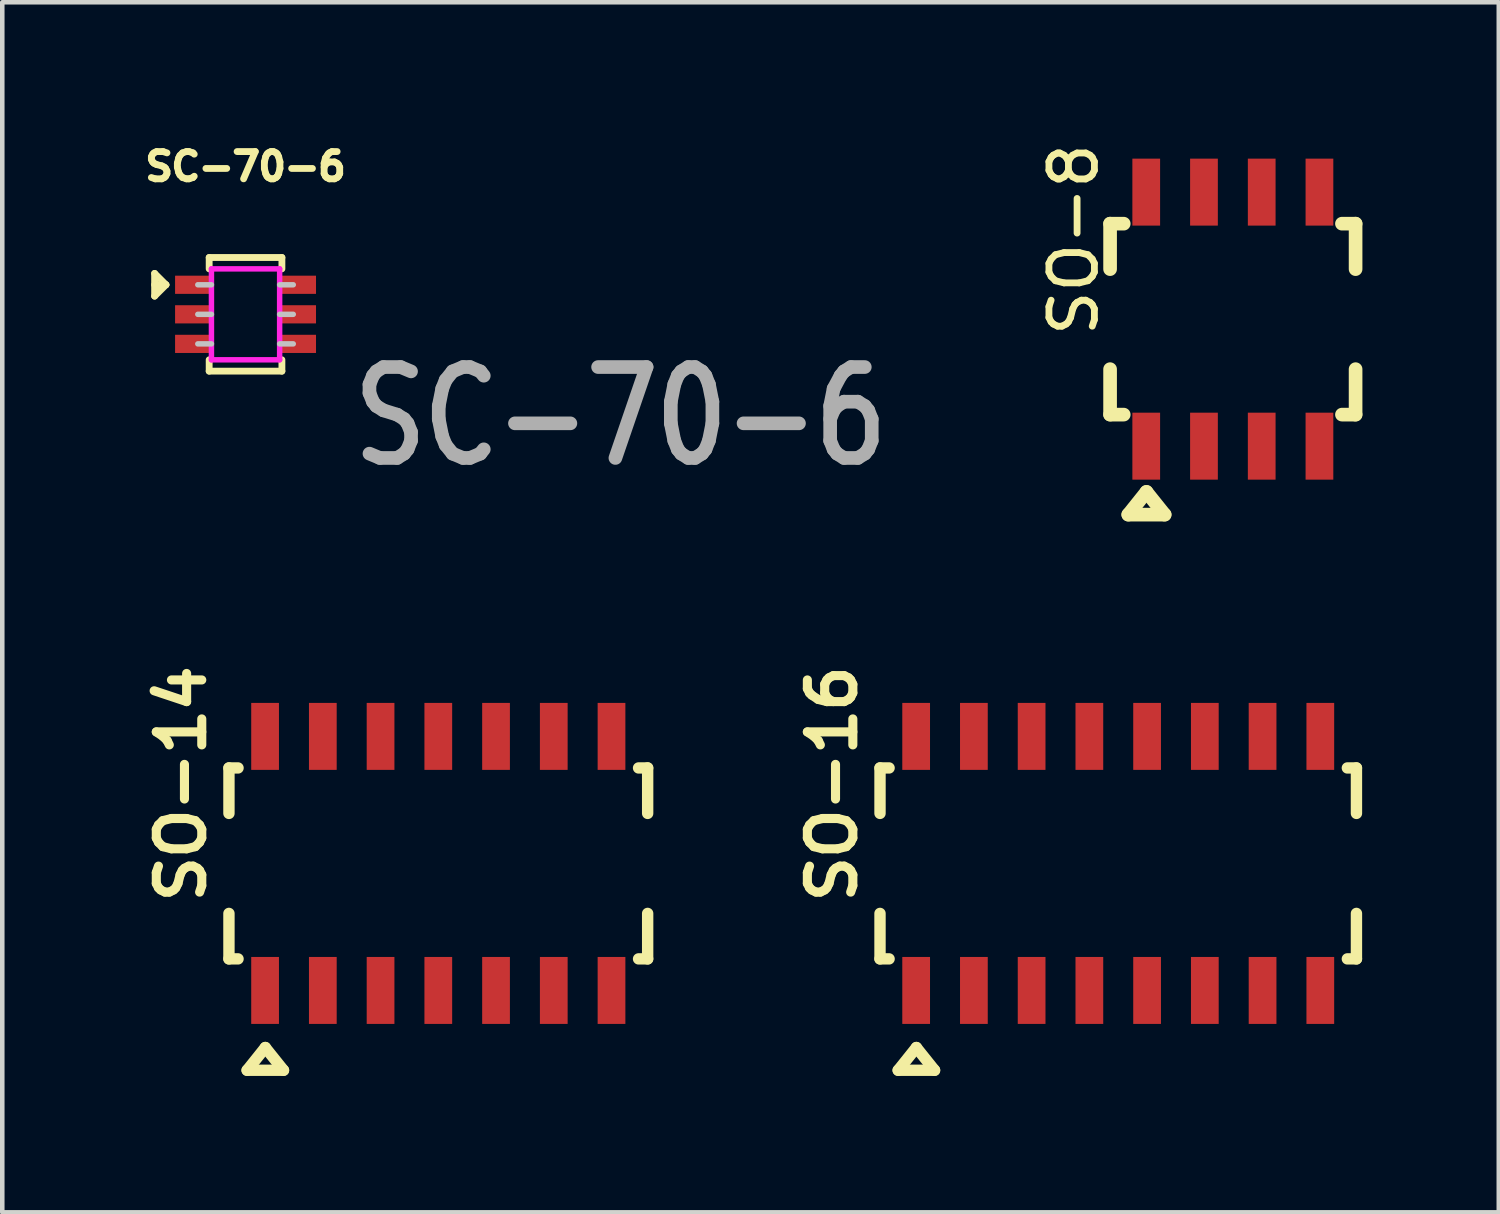
<source format=kicad_pcb>
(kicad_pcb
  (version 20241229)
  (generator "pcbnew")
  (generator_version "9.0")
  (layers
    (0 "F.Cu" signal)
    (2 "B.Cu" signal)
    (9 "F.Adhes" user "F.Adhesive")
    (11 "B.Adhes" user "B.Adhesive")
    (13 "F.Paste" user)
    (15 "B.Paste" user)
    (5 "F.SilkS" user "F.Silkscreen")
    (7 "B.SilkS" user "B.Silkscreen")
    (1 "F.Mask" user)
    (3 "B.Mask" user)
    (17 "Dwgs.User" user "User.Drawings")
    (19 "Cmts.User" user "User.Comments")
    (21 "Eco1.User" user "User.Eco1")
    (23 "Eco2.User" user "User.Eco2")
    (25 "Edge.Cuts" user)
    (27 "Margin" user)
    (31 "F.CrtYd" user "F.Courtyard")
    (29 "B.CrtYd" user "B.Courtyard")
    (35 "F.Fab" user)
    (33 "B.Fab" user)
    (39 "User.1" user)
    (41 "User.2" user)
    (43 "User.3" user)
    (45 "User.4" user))
  (footprint "SO-16"
    (layer "F.Cu")
    (at 19.007 15.942)
    (property "Reference" "SO-16" (at -3.75 -1.75 90) (layer "F.SilkS") (effects (font (size 1 1) (thickness 0.2))))
    (attr through_hole)
    (fp_line (start -2.7 -2.1) (end -2.7 -1.1) (stroke (width 0.25) (type solid)) (layer "F.SilkS"))
    (fp_line (start -2.7 2.1) (end -2.7 1.1) (stroke (width 0.25) (type solid)) (layer "F.SilkS"))
    (fp_line (start -2.5 -2.1) (end -2.7 -2.1) (stroke (width 0.25) (type solid)) (layer "F.SilkS"))
    (fp_line (start -2.5 2.1) (end -2.7 2.1) (stroke (width 0.25) (type solid)) (layer "F.SilkS"))
    (fp_line (start -1.9 4.05) (end -2.3 4.55) (stroke (width 0.25) (type solid)) (layer "F.SilkS"))
    (fp_line (start -1.9 4.05) (end -1.5 4.55) (stroke (width 0.25) (type solid)) (layer "F.SilkS"))
    (fp_line (start -1.5 4.55) (end -2.3 4.55) (stroke (width 0.25) (type solid)) (layer "F.SilkS"))
    (fp_line (start 7.58 -2.1) (end 7.78 -2.1) (stroke (width 0.25) (type solid)) (layer "F.SilkS"))
    (fp_line (start 7.58 2.1) (end 7.78 2.1) (stroke (width 0.25) (type solid)) (layer "F.SilkS"))
    (fp_line (start 7.78 -2.1) (end 7.78 -1.1) (stroke (width 0.25) (type solid)) (layer "F.SilkS"))
    (fp_line (start 7.78 2.1) (end 7.78 1.1) (stroke (width 0.25) (type solid)) (layer "F.SilkS"))
    (pad "1" smd rect (at -1.905 2.794) (size 0.61 1.473) (layers "F.Cu" "F.Mask" "F.Paste"))
    (pad "2" smd rect (at -0.635 2.794) (size 0.61 1.473) (layers "F.Cu" "F.Mask" "F.Paste"))
    (pad "3" smd rect (at 0.635 2.794) (size 0.61 1.473) (layers "F.Cu" "F.Mask" "F.Paste"))
    (pad "4" smd rect (at 1.905 2.794) (size 0.61 1.473) (layers "F.Cu" "F.Mask" "F.Paste"))
    (pad "5" smd rect (at 3.175 2.794) (size 0.61 1.473) (layers "F.Cu" "F.Mask" "F.Paste"))
    (pad "6" smd rect (at 4.445 2.794) (size 0.61 1.473) (layers "F.Cu" "F.Mask" "F.Paste"))
    (pad "7" smd rect (at 5.715 2.794) (size 0.61 1.473) (layers "F.Cu" "F.Mask" "F.Paste"))
    (pad "8" smd rect (at 6.985 2.794) (size 0.61 1.473) (layers "F.Cu" "F.Mask" "F.Paste"))
    (pad "9" smd rect (at 6.985 -2.794) (size 0.61 1.473) (layers "F.Cu" "F.Mask" "F.Paste"))
    (pad "10" smd rect (at 5.715 -2.794) (size 0.61 1.473) (layers "F.Cu" "F.Mask" "F.Paste"))
    (pad "11" smd rect (at 4.445 -2.794) (size 0.61 1.473) (layers "F.Cu" "F.Mask" "F.Paste"))
    (pad "12" smd rect (at 3.175 -2.794) (size 0.61 1.473) (layers "F.Cu" "F.Mask" "F.Paste"))
    (pad "13" smd rect (at 1.905 -2.794) (size 0.61 1.473) (layers "F.Cu" "F.Mask" "F.Paste"))
    (pad "14" smd rect (at 0.635 -2.794) (size 0.61 1.473) (layers "F.Cu" "F.Mask" "F.Paste"))
    (pad "15" smd rect (at -0.635 -2.794) (size 0.61 1.473) (layers "F.Cu" "F.Mask" "F.Paste"))
    (pad "16" smd rect (at -1.905 -2.794) (size 0.61 1.473) (layers "F.Cu" "F.Mask" "F.Paste")))
  (footprint "SO-8"
    (layer "F.Cu")
    (at 24.068 3.97)
    (property "Reference" "SO-8" (at -3.5 -1.75 90) (layer "F.SilkS") (effects (font (size 1 1) (thickness 0.15))))
    (attr through_hole)
    (fp_line (start -2.7 -2.1) (end -2.7 -1.1) (stroke (width 0.3) (type solid)) (layer "F.SilkS"))
    (fp_line (start -2.7 2.1) (end -2.7 1.1) (stroke (width 0.3) (type solid)) (layer "F.SilkS"))
    (fp_line (start -2.4 -2.1) (end -2.7 -2.1) (stroke (width 0.3) (type solid)) (layer "F.SilkS"))
    (fp_line (start -2.4 2.1) (end -2.7 2.1) (stroke (width 0.3) (type solid)) (layer "F.SilkS"))
    (fp_line (start -1.9 3.8) (end -2.3 4.3) (stroke (width 0.3) (type solid)) (layer "F.SilkS"))
    (fp_line (start -1.9 3.8) (end -1.5 4.3) (stroke (width 0.3) (type solid)) (layer "F.SilkS"))
    (fp_line (start -1.5 4.3) (end -2.3 4.3) (stroke (width 0.3) (type solid)) (layer "F.SilkS"))
    (fp_line (start 2.4 -2.1) (end 2.7 -2.1) (stroke (width 0.3) (type solid)) (layer "F.SilkS"))
    (fp_line (start 2.4 2.1) (end 2.7 2.1) (stroke (width 0.3) (type solid)) (layer "F.SilkS"))
    (fp_line (start 2.7 -2.1) (end 2.7 -1.1) (stroke (width 0.3) (type solid)) (layer "F.SilkS"))
    (fp_line (start 2.7 2.1) (end 2.7 1.1) (stroke (width 0.3) (type solid)) (layer "F.SilkS"))
    (pad "1" smd rect (at -1.905 2.794) (size 0.61 1.473) (layers "F.Cu" "F.Mask" "F.Paste"))
    (pad "2" smd rect (at -0.635 2.794) (size 0.61 1.473) (layers "F.Cu" "F.Mask" "F.Paste"))
    (pad "3" smd rect (at 0.635 2.794) (size 0.61 1.473) (layers "F.Cu" "F.Mask" "F.Paste"))
    (pad "4" smd rect (at 1.905 2.794) (size 0.61 1.473) (layers "F.Cu" "F.Mask" "F.Paste"))
    (pad "5" smd rect (at 1.905 -2.794) (size 0.61 1.473) (layers "F.Cu" "F.Mask" "F.Paste"))
    (pad "6" smd rect (at 0.635 -2.794) (size 0.61 1.473) (layers "F.Cu" "F.Mask" "F.Paste"))
    (pad "7" smd rect (at -0.635 -2.794) (size 0.61 1.473) (layers "F.Cu" "F.Mask" "F.Paste"))
    (pad "8" smd rect (at -1.905 -2.794) (size 0.61 1.473) (layers "F.Cu" "F.Mask" "F.Paste")))
  (footprint "SO-14"
    (layer "F.Cu")
    (at 4.686 15.942)
    (property "Reference" "SO-14" (at -3.75 -1.75 90) (layer "F.SilkS") (effects (font (size 1 1) (thickness 0.2))))
    (attr through_hole)
    (fp_line (start -2.7 -2.1) (end -2.7 -1.1) (stroke (width 0.25) (type solid)) (layer "F.SilkS"))
    (fp_line (start -2.7 2.1) (end -2.7 1.1) (stroke (width 0.25) (type solid)) (layer "F.SilkS"))
    (fp_line (start -2.5 -2.1) (end -2.7 -2.1) (stroke (width 0.25) (type solid)) (layer "F.SilkS"))
    (fp_line (start -2.5 2.1) (end -2.7 2.1) (stroke (width 0.25) (type solid)) (layer "F.SilkS"))
    (fp_line (start -1.9 4.05) (end -2.3 4.55) (stroke (width 0.25) (type solid)) (layer "F.SilkS"))
    (fp_line (start -1.9 4.05) (end -1.5 4.55) (stroke (width 0.25) (type solid)) (layer "F.SilkS"))
    (fp_line (start -1.5 4.55) (end -2.3 4.55) (stroke (width 0.25) (type solid)) (layer "F.SilkS"))
    (fp_line (start 6.31 -2.1) (end 6.51 -2.1) (stroke (width 0.25) (type solid)) (layer "F.SilkS"))
    (fp_line (start 6.31 2.1) (end 6.51 2.1) (stroke (width 0.25) (type solid)) (layer "F.SilkS"))
    (fp_line (start 6.51 -2.1) (end 6.51 -1.1) (stroke (width 0.25) (type solid)) (layer "F.SilkS"))
    (fp_line (start 6.51 2.1) (end 6.51 1.1) (stroke (width 0.25) (type solid)) (layer "F.SilkS"))
    (pad "1" smd rect (at -1.905 2.794) (size 0.61 1.473) (layers "F.Cu" "F.Mask" "F.Paste"))
    (pad "2" smd rect (at -0.635 2.794) (size 0.61 1.473) (layers "F.Cu" "F.Mask" "F.Paste"))
    (pad "3" smd rect (at 0.635 2.794) (size 0.61 1.473) (layers "F.Cu" "F.Mask" "F.Paste"))
    (pad "4" smd rect (at 1.905 2.794) (size 0.61 1.473) (layers "F.Cu" "F.Mask" "F.Paste"))
    (pad "5" smd rect (at 3.175 2.794) (size 0.61 1.473) (layers "F.Cu" "F.Mask" "F.Paste"))
    (pad "6" smd rect (at 4.445 2.794) (size 0.61 1.473) (layers "F.Cu" "F.Mask" "F.Paste"))
    (pad "7" smd rect (at 5.715 2.794) (size 0.61 1.473) (layers "F.Cu" "F.Mask" "F.Paste"))
    (pad "10" smd rect (at 5.715 -2.794) (size 0.61 1.473) (layers "F.Cu" "F.Mask" "F.Paste"))
    (pad "11" smd rect (at 4.445 -2.794) (size 0.61 1.473) (layers "F.Cu" "F.Mask" "F.Paste"))
    (pad "12" smd rect (at 3.175 -2.794) (size 0.61 1.473) (layers "F.Cu" "F.Mask" "F.Paste"))
    (pad "13" smd rect (at 1.905 -2.794) (size 0.61 1.473) (layers "F.Cu" "F.Mask" "F.Paste"))
    (pad "14" smd rect (at 0.635 -2.794) (size 0.61 1.473) (layers "F.Cu" "F.Mask" "F.Paste"))
    (pad "15" smd rect (at -0.635 -2.794) (size 0.61 1.473) (layers "F.Cu" "F.Mask" "F.Paste"))
    (pad "16" smd rect (at -1.905 -2.794) (size 0.61 1.473) (layers "F.Cu" "F.Mask" "F.Paste")))
  (footprint "SC-70-6"
    (layer "F.Cu")
    (at 2.351 3.864)
    (property "Reference" "SC-70-6" (at 0 -3.25 0) (layer "F.SilkS") (effects (font (size 0.6 0.6) (thickness 0.15))))
    (attr smd)
    (fp_line (start -2 -0.4) (end -2 -0.9) (stroke (width 0.15) (type solid)) (layer "F.SilkS"))
    (fp_line (start -1.75 -0.65) (end -2 -0.9) (stroke (width 0.15) (type solid)) (layer "F.SilkS"))
    (fp_line (start -1.75 -0.65) (end -2 -0.65) (stroke (width 0.15) (type solid)) (layer "F.SilkS"))
    (fp_line (start -1.75 -0.65) (end -2 -0.4) (stroke (width 0.15) (type solid)) (layer "F.SilkS"))
    (fp_line (start -0.8 -1.25) (end 0.8 -1.25) (stroke (width 0.15) (type solid)) (layer "F.SilkS"))
    (fp_line (start -0.8 -1) (end -0.8 -1.25) (stroke (width 0.15) (type solid)) (layer "F.SilkS"))
    (fp_line (start -0.8 1.25) (end -0.8 1) (stroke (width 0.15) (type solid)) (layer "F.SilkS"))
    (fp_line (start 0.8 -1.25) (end 0.8 -1) (stroke (width 0.15) (type solid)) (layer "F.SilkS"))
    (fp_line (start 0.8 1) (end 0.8 1.25) (stroke (width 0.15) (type solid)) (layer "F.SilkS"))
    (fp_line (start 0.8 1.25) (end -0.8 1.25) (stroke (width 0.15) (type solid)) (layer "F.SilkS"))
    (fp_line (start -0.75 -0.65) (end -1.05 -0.65) (stroke (width 0.12) (type solid)) (layer "Dwgs.User"))
    (fp_line (start -0.75 0) (end -1.05 0) (stroke (width 0.12) (type solid)) (layer "Dwgs.User"))
    (fp_line (start -0.75 0.65) (end -1.05 0.65) (stroke (width 0.12) (type solid)) (layer "Dwgs.User"))
    (fp_line (start 1.05 -0.65) (end 0.75 -0.65) (stroke (width 0.12) (type solid)) (layer "Dwgs.User"))
    (fp_line (start 1.05 0) (end 0.75 0) (stroke (width 0.12) (type solid)) (layer "Dwgs.User"))
    (fp_line (start 1.05 0.65) (end 0.75 0.65) (stroke (width 0.12) (type solid)) (layer "Dwgs.User"))
    (fp_line (start -0.75 -1) (end 0.75 -1) (stroke (width 0.12) (type solid)) (layer "F.CrtYd"))
    (fp_line (start -0.75 1) (end -0.75 -1) (stroke (width 0.12) (type solid)) (layer "F.CrtYd"))
    (fp_line (start 0.75 -1) (end 0.75 1) (stroke (width 0.12) (type solid)) (layer "F.CrtYd"))
    (fp_line (start 0.75 1) (end -0.75 1) (stroke (width 0.12) (type solid)) (layer "F.CrtYd"))
    (fp_text user "${REFERENCE}" (at 8.25 2.25 180) (layer "F.Fab") (effects (font (size 2 1.6) (thickness 0.3))))
    (pad "1" smd rect (at -1.15 -0.65) (size 0.8 0.4) (layers "F.Cu" "F.Mask" "F.Paste"))
    (pad "2" smd rect (at -1.15 0) (size 0.8 0.4) (layers "F.Cu" "F.Mask" "F.Paste"))
    (pad "3" smd rect (at -1.15 0.65) (size 0.8 0.4) (layers "F.Cu" "F.Mask" "F.Paste"))
    (pad "4" smd rect (at 1.15 0.65) (size 0.8 0.4) (layers "F.Cu" "F.Mask" "F.Paste"))
    (pad "5" smd rect (at 1.15 0) (size 0.8 0.4) (layers "F.Cu" "F.Mask" "F.Paste"))
    (pad "6" smd rect (at 1.15 -0.65) (size 0.8 0.4) (layers "F.Cu" "F.Mask" "F.Paste")))
  (gr_rect
    (start -3 -3)
    (end 29.918 23.617)
    (stroke (width 0.1) (type default))
    (fill no)
    (layer "Edge.Cuts")))
</source>
